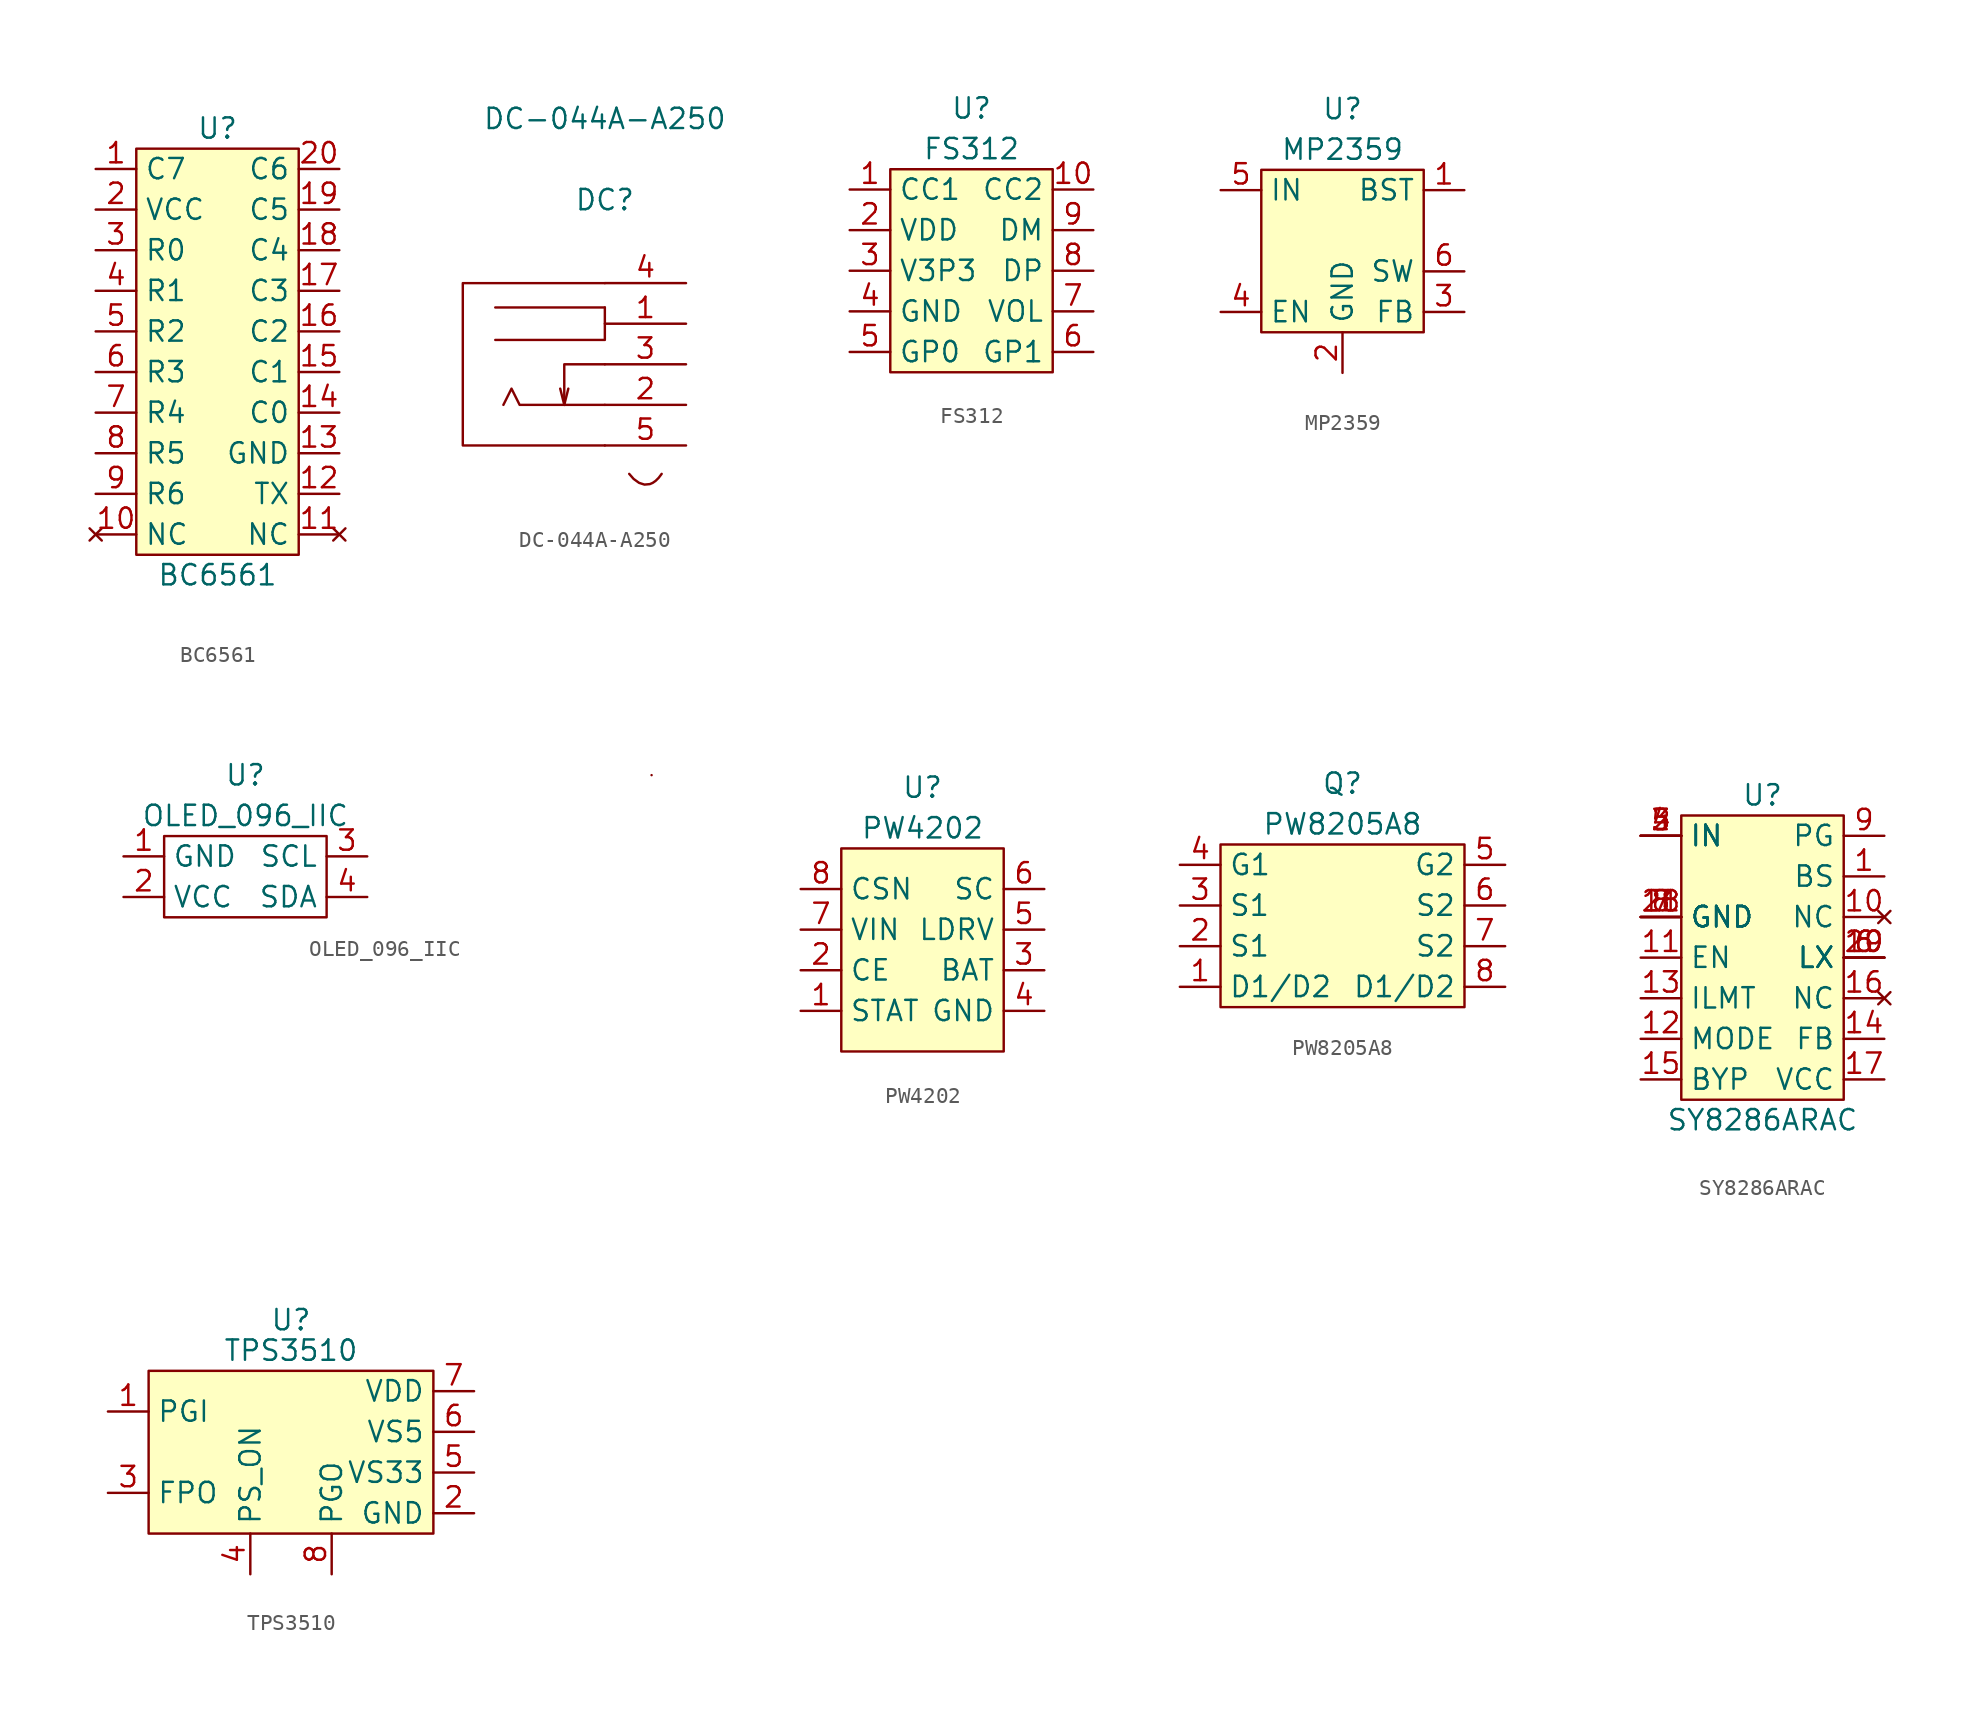
<source format=kicad_sym>
(kicad_symbol_lib
  (version 20211014)
  (generator kicad_symbol_editor)
  (symbol "BC6561"
    (property "Reference" "U"
      (at 0 13.97 0)
      (effects (font (size 1.27 1.27))))
    (property "Value" "BC6561"
      (at 0 -13.97 0)
      (effects (font (size 1.27 1.27))))
    (symbol "BC6561_0_0"
      (pin output line (at -7.62 11.43 0) (length 2.54) (name "C7" (effects (font (size 1.27 1.27)))) (number "1" (effects (font (size 1.27 1.27)))))
      (pin no_connect line (at -7.62 -11.43 0) (length 2.54) (name "NC" (effects (font (size 1.27 1.27)))) (number "10" (effects (font (size 1.27 1.27)))))
      (pin no_connect line (at 7.62 -11.43 180) (length 2.54) (name "NC" (effects (font (size 1.27 1.27)))) (number "11" (effects (font (size 1.27 1.27)))))
      (pin output line (at 7.62 -8.89 180) (length 2.54) (name "TX" (effects (font (size 1.27 1.27)))) (number "12" (effects (font (size 1.27 1.27)))))
      (pin power_in line (at 7.62 -6.35 180) (length 2.54) (name "GND" (effects (font (size 1.27 1.27)))) (number "13" (effects (font (size 1.27 1.27)))))
      (pin power_in line (at -7.62 8.89 0) (length 2.54) (name "VCC" (effects (font (size 1.27 1.27)))) (number "2" (effects (font (size 1.27 1.27)))))
      (pin input line (at -7.62 6.35 0) (length 2.54) (name "R0" (effects (font (size 1.27 1.27)))) (number "3" (effects (font (size 1.27 1.27)))))
      (pin input line (at -7.62 3.81 0) (length 2.54) (name "R1" (effects (font (size 1.27 1.27)))) (number "4" (effects (font (size 1.27 1.27)))))
      (pin input line (at -7.62 1.27 0) (length 2.54) (name "R2" (effects (font (size 1.27 1.27)))) (number "5" (effects (font (size 1.27 1.27)))))
      (pin input line (at -7.62 -1.27 0) (length 2.54) (name "R3" (effects (font (size 1.27 1.27)))) (number "6" (effects (font (size 1.27 1.27)))))
      (pin input line (at -7.62 -3.81 0) (length 2.54) (name "R4" (effects (font (size 1.27 1.27)))) (number "7" (effects (font (size 1.27 1.27)))))
      (pin input line (at -7.62 -6.35 0) (length 2.54) (name "R5" (effects (font (size 1.27 1.27)))) (number "8" (effects (font (size 1.27 1.27)))))
      (pin input line (at -7.62 -8.89 0) (length 2.54) (name "R6" (effects (font (size 1.27 1.27)))) (number "9" (effects (font (size 1.27 1.27))))))
    (symbol "BC6561_0_1"
      (rectangle (start -5.08 12.7) (end 5.08 -12.7) (stroke (width 0) (type default) (color 0 0 0 0)) (fill (type background))))
    (symbol "BC6561_1_1"
      (pin output line (at 7.62 -3.81 180) (length 2.54) (name "C0" (effects (font (size 1.27 1.27)))) (number "14" (effects (font (size 1.27 1.27)))))
      (pin output line (at 7.62 -1.27 180) (length 2.54) (name "C1" (effects (font (size 1.27 1.27)))) (number "15" (effects (font (size 1.27 1.27)))))
      (pin output line (at 7.62 1.27 180) (length 2.54) (name "C2" (effects (font (size 1.27 1.27)))) (number "16" (effects (font (size 1.27 1.27)))))
      (pin output line (at 7.62 3.81 180) (length 2.54) (name "C3" (effects (font (size 1.27 1.27)))) (number "17" (effects (font (size 1.27 1.27)))))
      (pin output line (at 7.62 6.35 180) (length 2.54) (name "C4" (effects (font (size 1.27 1.27)))) (number "18" (effects (font (size 1.27 1.27)))))
      (pin output line (at 7.62 8.89 180) (length 2.54) (name "C5" (effects (font (size 1.27 1.27)))) (number "19" (effects (font (size 1.27 1.27)))))
      (pin output line (at 7.62 11.43 180) (length 2.54) (name "C6" (effects (font (size 1.27 1.27)))) (number "20" (effects (font (size 1.27 1.27)))))))
  (symbol "DC-044A-A250"
    (pin_names
      (offset 1.016) hide)
    (property "Reference" "DC"
      (at 0 10.287 0)
      (effects (font (size 1.27 1.27))))
    (property "Value" "DC-044A-A250"
      (at 0 15.367 0)
      (effects (font (size 1.27 1.27))))
    (symbol "DC-044A-A250_1_1"
      (polyline (pts (xy -2.54 -2.54) (xy -2.794 -1.524)) (stroke (width 0.152) (type default) (color 0 0 0 0)) (fill (type none)))
      (polyline (pts (xy -2.54 -2.54) (xy -2.286 -1.524)) (stroke (width 0.152) (type default) (color 0 0 0 0)) (fill (type none)))
      (polyline (pts (xy 0 3.556) (xy -6.858 3.556)) (stroke (width 0.152) (type default) (color 0 0 0 0)) (fill (type none)))
      (polyline (pts (xy 0 0) (xy -2.54 0) (xy -2.54 -2.54)) (stroke (width 0.152) (type default) (color 0 0 0 0)) (fill (type none)))
      (polyline (pts (xy 0 3.556) (xy 0 1.524) (xy -6.858 1.524)) (stroke (width 0.152) (type default) (color 0 0 0 0)) (fill (type none)))
      (polyline (pts (xy 0 -2.54) (xy -5.334 -2.54) (xy -5.842 -1.524) (xy -6.35 -2.54)) (stroke (width 0.152) (type default) (color 0 0 0 0)) (fill (type none)))
      (polyline (pts (xy 0 5.08) (xy -8.89 5.08) (xy -8.89 -5.08) (xy 0 -5.08)) (stroke (width 0.152) (type default) (color 0 0 0 0)) (fill (type none)))
      (bezier (pts (xy 3.556 -6.858) (xy 2.54 -8.382) (xy 1.524 -6.858) (xy 1.524 -6.858)) (stroke (width 0.152) (type default) (color 0 0 0 0)) (fill (type none)))
      (pin input line (at 5.08 2.54 180) (length 5.08) (name "1" (effects (font (size 1.27 1.27)))) (number "1" (effects (font (size 1.27 1.27)))))
      (pin input line (at 5.08 -2.54 180) (length 5.08) (name "2" (effects (font (size 1.27 1.27)))) (number "2" (effects (font (size 1.27 1.27)))))
      (pin input line (at 5.08 0 180) (length 5.08) (name "3" (effects (font (size 1.27 1.27)))) (number "3" (effects (font (size 1.27 1.27)))))
      (pin input line (at 5.08 5.08 180) (length 5.08) (name "4" (effects (font (size 1.27 1.27)))) (number "4" (effects (font (size 1.27 1.27)))))
      (pin input line (at 5.08 -5.08 180) (length 5.08) (name "5" (effects (font (size 1.27 1.27)))) (number "5" (effects (font (size 1.27 1.27)))))))
  (symbol "FS312"
    (property "Reference" "U"
      (at 0 10.16 0)
      (effects (font (size 1.27 1.27))))
    (property "Value" "FS312"
      (at 0 7.62 0)
      (effects (font (size 1.27 1.27))))
    (symbol "FS312_0_1"
      (rectangle (start -5.08 6.35) (end 5.08 -6.35) (stroke (width 0) (type default) (color 0 0 0 0)) (fill (type background))))
    (symbol "FS312_1_1"
      (pin input line (at -7.62 5.08 0) (length 2.54) (name "CC1" (effects (font (size 1.27 1.27)))) (number "1" (effects (font (size 1.27 1.27)))))
      (pin input line (at 7.62 5.08 180) (length 2.54) (name "CC2" (effects (font (size 1.27 1.27)))) (number "10" (effects (font (size 1.27 1.27)))))
      (pin power_in line (at -7.62 2.54 0) (length 2.54) (name "VDD" (effects (font (size 1.27 1.27)))) (number "2" (effects (font (size 1.27 1.27)))))
      (pin power_out line (at -7.62 0 0) (length 2.54) (name "V3P3" (effects (font (size 1.27 1.27)))) (number "3" (effects (font (size 1.27 1.27)))))
      (pin power_in line (at -7.62 -2.54 0) (length 2.54) (name "GND" (effects (font (size 1.27 1.27)))) (number "4" (effects (font (size 1.27 1.27)))))
      (pin input line (at -7.62 -5.08 0) (length 2.54) (name "GP0" (effects (font (size 1.27 1.27)))) (number "5" (effects (font (size 1.27 1.27)))))
      (pin input line (at 7.62 -5.08 180) (length 2.54) (name "GP1" (effects (font (size 1.27 1.27)))) (number "6" (effects (font (size 1.27 1.27)))))
      (pin input line (at 7.62 -2.54 180) (length 2.54) (name "VOL" (effects (font (size 1.27 1.27)))) (number "7" (effects (font (size 1.27 1.27)))))
      (pin input line (at 7.62 0 180) (length 2.54) (name "DP" (effects (font (size 1.27 1.27)))) (number "8" (effects (font (size 1.27 1.27)))))
      (pin input line (at 7.62 2.54 180) (length 2.54) (name "DM" (effects (font (size 1.27 1.27)))) (number "9" (effects (font (size 1.27 1.27)))))))
  (symbol "MP2359"
    (property "Reference" "U"
      (at 0 8.89 0)
      (effects (font (size 1.27 1.27))))
    (property "Value" "MP2359"
      (at 0 6.35 0)
      (effects (font (size 1.27 1.27))))
    (symbol "MP2359_0_1"
      (rectangle (start -5.08 5.08) (end 5.08 -5.08) (stroke (width 0) (type default) (color 0 0 0 0)) (fill (type background))))
    (symbol "MP2359_1_1"
      (pin input line (at 7.62 3.81 180) (length 2.54) (name "BST" (effects (font (size 1.27 1.27)))) (number "1" (effects (font (size 1.27 1.27)))))
      (pin input line (at 0 -7.62 90) (length 2.54) (name "GND" (effects (font (size 1.27 1.27)))) (number "2" (effects (font (size 1.27 1.27)))))
      (pin input line (at 7.62 -3.81 180) (length 2.54) (name "FB" (effects (font (size 1.27 1.27)))) (number "3" (effects (font (size 1.27 1.27)))))
      (pin input line (at -7.62 -3.81 0) (length 2.54) (name "EN" (effects (font (size 1.27 1.27)))) (number "4" (effects (font (size 1.27 1.27)))))
      (pin power_in line (at -7.62 3.81 0) (length 2.54) (name "IN" (effects (font (size 1.27 1.27)))) (number "5" (effects (font (size 1.27 1.27)))))
      (pin output line (at 7.62 -1.27 180) (length 2.54) (name "SW" (effects (font (size 1.27 1.27)))) (number "6" (effects (font (size 1.27 1.27)))))))
  (symbol "OLED_096_IIC"
    (property "Reference" "U"
      (at 2.54 6.35 0)
      (effects (font (size 1.27 1.27))))
    (property "Value" "OLED_096_IIC"
      (at 2.54 3.81 0)
      (effects (font (size 1.27 1.27))))
    (symbol "OLED_096_IIC_0_1"
      (rectangle (start -2.54 2.54) (end 7.62 -2.54) (stroke (width 0) (type default) (color 0 0 0 0)) (fill (type none)))
      (rectangle (start 27.94 6.35) (end 27.94 6.35) (stroke (width 0) (type default) (color 0 0 0 0)) (fill (type none))))
    (symbol "OLED_096_IIC_1_1"
      (pin power_in line (at -5.08 1.27 0) (length 2.54) (name "GND" (effects (font (size 1.27 1.27)))) (number "1" (effects (font (size 1.27 1.27)))))
      (pin power_in line (at -5.08 -1.27 0) (length 2.54) (name "VCC" (effects (font (size 1.27 1.27)))) (number "2" (effects (font (size 1.27 1.27)))))
      (pin input line (at 10.16 1.27 180) (length 2.54) (name "SCL" (effects (font (size 1.27 1.27)))) (number "3" (effects (font (size 1.27 1.27)))))
      (pin input line (at 10.16 -1.27 180) (length 2.54) (name "SDA" (effects (font (size 1.27 1.27)))) (number "4" (effects (font (size 1.27 1.27)))))))
  (symbol "PW4202"
    (property "Reference" "U"
      (at 0 10.16 0)
      (effects (font (size 1.27 1.27))))
    (property "Value" "PW4202"
      (at 0 7.62 0)
      (effects (font (size 1.27 1.27))))
    (symbol "PW4202_0_1"
      (rectangle (start -5.08 6.35) (end 5.08 -6.35) (stroke (width 0.152) (type default) (color 0 0 0 0)) (fill (type background))))
    (symbol "PW4202_1_0"
      (pin output line (at -7.62 -3.81 0) (length 2.54) (name "STAT" (effects (font (size 1.27 1.27)))) (number "1" (effects (font (size 1.27 1.27)))))
      (pin input line (at -7.62 -1.27 0) (length 2.54) (name "CE" (effects (font (size 1.27 1.27)))) (number "2" (effects (font (size 1.27 1.27)))))
      (pin input line (at 7.62 -1.27 180) (length 2.54) (name "BAT" (effects (font (size 1.27 1.27)))) (number "3" (effects (font (size 1.27 1.27)))))
      (pin power_in line (at 7.62 -3.81 180) (length 2.54) (name "GND" (effects (font (size 1.27 1.27)))) (number "4" (effects (font (size 1.27 1.27)))))
      (pin output line (at 7.62 1.27 180) (length 2.54) (name "LDRV" (effects (font (size 1.27 1.27)))) (number "5" (effects (font (size 1.27 1.27)))))
      (pin output line (at 7.62 3.81 180) (length 2.54) (name "SC" (effects (font (size 1.27 1.27)))) (number "6" (effects (font (size 1.27 1.27)))))
      (pin power_in line (at -7.62 1.27 0) (length 2.54) (name "VIN" (effects (font (size 1.27 1.27)))) (number "7" (effects (font (size 1.27 1.27)))))
      (pin input line (at -7.62 3.81 0) (length 2.54) (name "CSN" (effects (font (size 1.27 1.27)))) (number "8" (effects (font (size 1.27 1.27)))))))
  (symbol "PW8205A8"
    (property "Reference" "Q"
      (at 0 8.89 0)
      (effects (font (size 1.27 1.27))))
    (property "Value" "PW8205A8"
      (at 0 6.35 0)
      (effects (font (size 1.27 1.27))))
    (symbol "PW8205A8_0_1"
      (rectangle (start -7.62 5.08) (end 7.62 -5.08) (stroke (width 0.152) (type default) (color 0 0 0 0)) (fill (type background))))
    (symbol "PW8205A8_1_1"
      (pin unspecified line (at -10.16 -3.81 0) (length 2.54) (name "D1/D2" (effects (font (size 1.27 1.27)))) (number "1" (effects (font (size 1.27 1.27)))))
      (pin unspecified line (at -10.16 -1.27 0) (length 2.54) (name "S1" (effects (font (size 1.27 1.27)))) (number "2" (effects (font (size 1.27 1.27)))))
      (pin unspecified line (at -10.16 1.27 0) (length 2.54) (name "S1" (effects (font (size 1.27 1.27)))) (number "3" (effects (font (size 1.27 1.27)))))
      (pin unspecified line (at -10.16 3.81 0) (length 2.54) (name "G1" (effects (font (size 1.27 1.27)))) (number "4" (effects (font (size 1.27 1.27)))))
      (pin unspecified line (at 10.16 3.81 180) (length 2.54) (name "G2" (effects (font (size 1.27 1.27)))) (number "5" (effects (font (size 1.27 1.27)))))
      (pin unspecified line (at 10.16 1.27 180) (length 2.54) (name "S2" (effects (font (size 1.27 1.27)))) (number "6" (effects (font (size 1.27 1.27)))))
      (pin unspecified line (at 10.16 -1.27 180) (length 2.54) (name "S2" (effects (font (size 1.27 1.27)))) (number "7" (effects (font (size 1.27 1.27)))))
      (pin unspecified line (at 10.16 -3.81 180) (length 2.54) (name "D1/D2" (effects (font (size 1.27 1.27)))) (number "8" (effects (font (size 1.27 1.27)))))))
  (symbol "SY8286ARAC"
    (property "Reference" "U"
      (at 0 10.16 0)
      (effects (font (size 1.27 1.27))))
    (property "Value" "SY8286ARAC"
      (at 0 -10.16 0)
      (effects (font (size 1.27 1.27))))
    (symbol "SY8286ARAC_0_1"
      (rectangle (start -5.08 8.89) (end 5.08 -8.89) (stroke (width 0) (type default) (color 0 0 0 0)) (fill (type background))))
    (symbol "SY8286ARAC_1_1"
      (pin input line (at 7.62 5.08 180) (length 2.54) (name "BS" (effects (font (size 1.27 1.27)))) (number "1" (effects (font (size 1.27 1.27)))))
      (pin no_connect line (at 7.62 2.54 180) (length 2.54) (name "NC" (effects (font (size 1.27 1.27)))) (number "10" (effects (font (size 1.27 1.27)))))
      (pin input line (at -7.62 0 0) (length 2.54) (name "EN" (effects (font (size 1.27 1.27)))) (number "11" (effects (font (size 1.27 1.27)))))
      (pin input line (at -7.62 -5.08 0) (length 2.54) (name "MODE" (effects (font (size 1.27 1.27)))) (number "12" (effects (font (size 1.27 1.27)))))
      (pin input line (at -7.62 -2.54 0) (length 2.54) (name "ILMT" (effects (font (size 1.27 1.27)))) (number "13" (effects (font (size 1.27 1.27)))))
      (pin input line (at 7.62 -5.08 180) (length 2.54) (name "FB" (effects (font (size 1.27 1.27)))) (number "14" (effects (font (size 1.27 1.27)))))
      (pin input line (at -7.62 -7.62 0) (length 2.54) (name "BYP" (effects (font (size 1.27 1.27)))) (number "15" (effects (font (size 1.27 1.27)))))
      (pin no_connect line (at 7.62 -2.54 180) (length 2.54) (name "NC" (effects (font (size 1.27 1.27)))) (number "16" (effects (font (size 1.27 1.27)))))
      (pin input line (at 7.62 -7.62 180) (length 2.54) (name "VCC" (effects (font (size 1.27 1.27)))) (number "17" (effects (font (size 1.27 1.27)))))
      (pin power_in line (at -7.62 2.54 0) (length 2.54) (name "GND" (effects (font (size 1.27 1.27)))) (number "18" (effects (font (size 1.27 1.27)))))
      (pin power_out line (at 7.62 0 180) (length 2.54) (name "LX" (effects (font (size 1.27 1.27)))) (number "19" (effects (font (size 1.27 1.27)))))
      (pin power_in line (at -7.62 7.62 0) (length 2.54) (name "IN" (effects (font (size 1.27 1.27)))) (number "2" (effects (font (size 1.27 1.27)))))
      (pin power_out line (at 7.62 0 180) (length 2.54) (name "LX" (effects (font (size 1.27 1.27)))) (number "20" (effects (font (size 1.27 1.27)))))
      (pin power_in line (at -7.62 2.54 0) (length 2.54) (name "GND" (effects (font (size 1.27 1.27)))) (number "21" (effects (font (size 1.27 1.27)))))
      (pin power_in line (at -7.62 7.62 0) (length 2.54) (name "IN" (effects (font (size 1.27 1.27)))) (number "3" (effects (font (size 1.27 1.27)))))
      (pin power_in line (at -7.62 7.62 0) (length 2.54) (name "IN" (effects (font (size 1.27 1.27)))) (number "4" (effects (font (size 1.27 1.27)))))
      (pin power_in line (at -7.62 7.62 0) (length 2.54) (name "IN" (effects (font (size 1.27 1.27)))) (number "5" (effects (font (size 1.27 1.27)))))
      (pin input line (at 7.62 0 180) (length 2.54) (name "LX" (effects (font (size 1.27 1.27)))) (number "6" (effects (font (size 1.27 1.27)))))
      (pin power_out line (at 7.62 0 180) (length 2.54) (name "LX" (effects (font (size 1.27 1.27)))) (number "6" (effects (font (size 1.27 1.27)))))
      (pin power_in line (at -7.62 2.54 0) (length 2.54) (name "GND" (effects (font (size 1.27 1.27)))) (number "7" (effects (font (size 1.27 1.27)))))
      (pin power_in line (at -7.62 2.54 0) (length 2.54) (name "GND" (effects (font (size 1.27 1.27)))) (number "8" (effects (font (size 1.27 1.27)))))
      (pin output line (at 7.62 7.62 180) (length 2.54) (name "PG" (effects (font (size 1.27 1.27)))) (number "9" (effects (font (size 1.27 1.27)))))))
  (symbol "TPS3510"
    (property "Reference" "U"
      (at 0 8.255 0)
      (effects (font (size 1.27 1.27))))
    (property "Value" "TPS3510"
      (at 0 6.35 0)
      (effects (font (size 1.27 1.27))))
    (symbol "TPS3510_0_1"
      (rectangle (start -8.89 5.08) (end 8.89 -5.08) (stroke (width 0) (type default) (color 0 0 0 0)) (fill (type background))))
    (symbol "TPS3510_1_1"
      (pin input line (at -11.43 2.54 0) (length 2.54) (name "PGI" (effects (font (size 1.27 1.27)))) (number "1" (effects (font (size 1.27 1.27)))))
      (pin power_in line (at 11.43 -3.81 180) (length 2.54) (name "GND" (effects (font (size 1.27 1.27)))) (number "2" (effects (font (size 1.27 1.27)))))
      (pin open_collector line (at -11.43 -2.54 0) (length 2.54) (name "FPO" (effects (font (size 1.27 1.27)))) (number "3" (effects (font (size 1.27 1.27)))))
      (pin input line (at -2.54 -7.62 90) (length 2.54) (name "PS_ON" (effects (font (size 1.27 1.27)))) (number "4" (effects (font (size 1.27 1.27)))))
      (pin input line (at 11.43 -1.27 180) (length 2.54) (name "VS33" (effects (font (size 1.27 1.27)))) (number "5" (effects (font (size 1.27 1.27)))))
      (pin input line (at 11.43 1.27 180) (length 2.54) (name "VS5" (effects (font (size 1.27 1.27)))) (number "6" (effects (font (size 1.27 1.27)))))
      (pin power_in line (at 11.43 3.81 180) (length 2.54) (name "VDD" (effects (font (size 1.27 1.27)))) (number "7" (effects (font (size 1.27 1.27)))))
      (pin open_collector line (at 2.54 -7.62 90) (length 2.54) (name "PGO" (effects (font (size 1.27 1.27)))) (number "8" (effects (font (size 1.27 1.27))))))))
</source>
